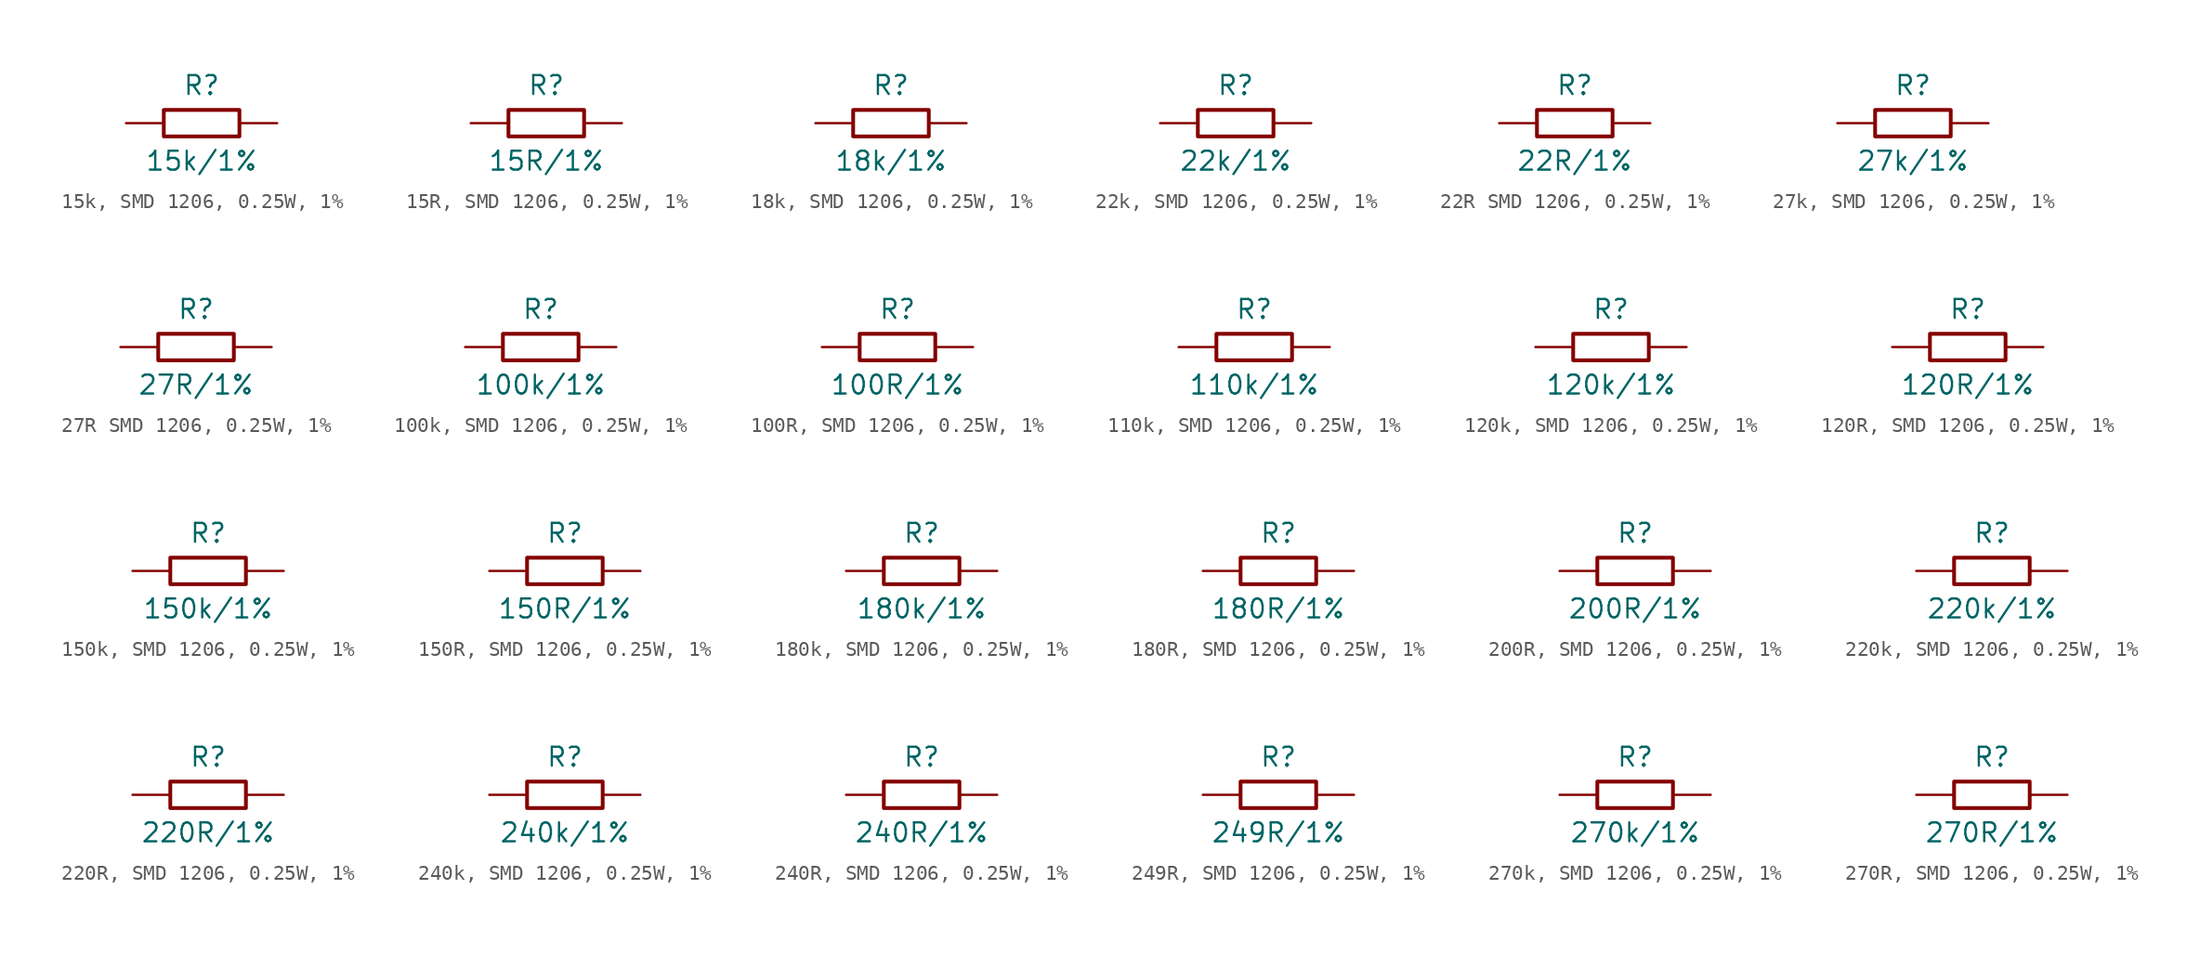
<source format=kicad_sym>
(kicad_symbol_lib
  (version 20220914)
  (generator kicad_symbol_editor)
  (symbol "15k, SMD 1206, 0.25W, 1%"
    (pin_numbers hide)
    (pin_names
      (offset 0) hide)
    (property "Reference" "R"
      (at 0 2.54 0)
      (effects (font (size 1.27 1.27))))
    (property "Value" "15k/1%"
      (at 0 -2.54 0)
      (effects (font (size 1.27 1.27))))
    (symbol "15k, SMD 1206, 0.25W, 1%_0_1"
      (rectangle (start -2.54 0.889) (end 2.54 -0.889) (stroke (width 0.254) (type default)) (fill (type none))))
    (symbol "15k, SMD 1206, 0.25W, 1%_1_1"
      (pin passive line (at -5.08 0 0) (length 2.54) (name "1" (effects (font (size 1.27 1.27)))) (number "1" (effects (font (size 1.27 1.27)))))
      (pin passive line (at 5.08 0 180) (length 2.54) (name "2" (effects (font (size 1.27 1.27)))) (number "2" (effects (font (size 1.27 1.27)))))))
  (symbol "15R, SMD 1206, 0.25W, 1%"
    (pin_numbers hide)
    (pin_names
      (offset 0) hide)
    (property "Reference" "R"
      (at 0 2.54 0)
      (effects (font (size 1.27 1.27))))
    (property "Value" "15R/1%"
      (at 0 -2.54 0)
      (effects (font (size 1.27 1.27))))
    (symbol "15R, SMD 1206, 0.25W, 1%_0_1"
      (rectangle (start -2.54 0.889) (end 2.54 -0.889) (stroke (width 0.254) (type default)) (fill (type none))))
    (symbol "15R, SMD 1206, 0.25W, 1%_1_1"
      (pin passive line (at -5.08 0 0) (length 2.54) (name "1" (effects (font (size 1.27 1.27)))) (number "1" (effects (font (size 1.27 1.27)))))
      (pin passive line (at 5.08 0 180) (length 2.54) (name "2" (effects (font (size 1.27 1.27)))) (number "2" (effects (font (size 1.27 1.27)))))))
  (symbol "18k, SMD 1206, 0.25W, 1%"
    (pin_numbers hide)
    (pin_names
      (offset 0) hide)
    (property "Reference" "R"
      (at 0 2.54 0)
      (effects (font (size 1.27 1.27))))
    (property "Value" "18k/1%"
      (at 0 -2.54 0)
      (effects (font (size 1.27 1.27))))
    (symbol "18k, SMD 1206, 0.25W, 1%_0_1"
      (rectangle (start -2.54 0.889) (end 2.54 -0.889) (stroke (width 0.254) (type default)) (fill (type none))))
    (symbol "18k, SMD 1206, 0.25W, 1%_1_1"
      (pin passive line (at -5.08 0 0) (length 2.54) (name "1" (effects (font (size 1.27 1.27)))) (number "1" (effects (font (size 1.27 1.27)))))
      (pin passive line (at 5.08 0 180) (length 2.54) (name "2" (effects (font (size 1.27 1.27)))) (number "2" (effects (font (size 1.27 1.27)))))))
  (symbol "22k, SMD 1206, 0.25W, 1%"
    (pin_numbers hide)
    (pin_names
      (offset 0) hide)
    (property "Reference" "R"
      (at 0 2.54 0)
      (effects (font (size 1.27 1.27))))
    (property "Value" "22k/1%"
      (at 0 -2.54 0)
      (effects (font (size 1.27 1.27))))
    (symbol "22k, SMD 1206, 0.25W, 1%_0_1"
      (rectangle (start -2.54 0.889) (end 2.54 -0.889) (stroke (width 0.254) (type default)) (fill (type none))))
    (symbol "22k, SMD 1206, 0.25W, 1%_1_1"
      (pin passive line (at -5.08 0 0) (length 2.54) (name "1" (effects (font (size 1.27 1.27)))) (number "1" (effects (font (size 1.27 1.27)))))
      (pin passive line (at 5.08 0 180) (length 2.54) (name "2" (effects (font (size 1.27 1.27)))) (number "2" (effects (font (size 1.27 1.27)))))))
  (symbol "22R SMD 1206, 0.25W, 1%"
    (pin_numbers hide)
    (pin_names
      (offset 0) hide)
    (property "Reference" "R"
      (at 0 2.54 0)
      (effects (font (size 1.27 1.27))))
    (property "Value" "22R/1%"
      (at 0 -2.54 0)
      (effects (font (size 1.27 1.27))))
    (symbol "22R SMD 1206, 0.25W, 1%_0_1"
      (rectangle (start -2.54 0.889) (end 2.54 -0.889) (stroke (width 0.254) (type default)) (fill (type none))))
    (symbol "22R SMD 1206, 0.25W, 1%_1_1"
      (pin passive line (at -5.08 0 0) (length 2.54) (name "1" (effects (font (size 1.27 1.27)))) (number "1" (effects (font (size 1.27 1.27)))))
      (pin passive line (at 5.08 0 180) (length 2.54) (name "2" (effects (font (size 1.27 1.27)))) (number "2" (effects (font (size 1.27 1.27)))))))
  (symbol "27k, SMD 1206, 0.25W, 1%"
    (pin_numbers hide)
    (pin_names
      (offset 0) hide)
    (property "Reference" "R"
      (at 0 2.54 0)
      (effects (font (size 1.27 1.27))))
    (property "Value" "27k/1%"
      (at 0 -2.54 0)
      (effects (font (size 1.27 1.27))))
    (symbol "27k, SMD 1206, 0.25W, 1%_0_1"
      (rectangle (start -2.54 0.889) (end 2.54 -0.889) (stroke (width 0.254) (type default)) (fill (type none))))
    (symbol "27k, SMD 1206, 0.25W, 1%_1_1"
      (pin passive line (at -5.08 0 0) (length 2.54) (name "1" (effects (font (size 1.27 1.27)))) (number "1" (effects (font (size 1.27 1.27)))))
      (pin passive line (at 5.08 0 180) (length 2.54) (name "2" (effects (font (size 1.27 1.27)))) (number "2" (effects (font (size 1.27 1.27)))))))
  (symbol "27R SMD 1206, 0.25W, 1%"
    (pin_numbers hide)
    (pin_names
      (offset 0) hide)
    (property "Reference" "R"
      (at 0 2.54 0)
      (effects (font (size 1.27 1.27))))
    (property "Value" "27R/1%"
      (at 0 -2.54 0)
      (effects (font (size 1.27 1.27))))
    (symbol "27R SMD 1206, 0.25W, 1%_0_1"
      (rectangle (start -2.54 0.889) (end 2.54 -0.889) (stroke (width 0.254) (type default)) (fill (type none))))
    (symbol "27R SMD 1206, 0.25W, 1%_1_1"
      (pin passive line (at -5.08 0 0) (length 2.54) (name "1" (effects (font (size 1.27 1.27)))) (number "1" (effects (font (size 1.27 1.27)))))
      (pin passive line (at 5.08 0 180) (length 2.54) (name "2" (effects (font (size 1.27 1.27)))) (number "2" (effects (font (size 1.27 1.27)))))))
  (symbol "100k, SMD 1206, 0.25W, 1%"
    (pin_numbers hide)
    (pin_names
      (offset 0) hide)
    (property "Reference" "R"
      (at 0 2.54 0)
      (effects (font (size 1.27 1.27))))
    (property "Value" "100k/1%"
      (at 0 -2.54 0)
      (effects (font (size 1.27 1.27))))
    (symbol "100k, SMD 1206, 0.25W, 1%_0_1"
      (rectangle (start -2.54 0.889) (end 2.54 -0.889) (stroke (width 0.254) (type default)) (fill (type none))))
    (symbol "100k, SMD 1206, 0.25W, 1%_1_1"
      (pin passive line (at -5.08 0 0) (length 2.54) (name "1" (effects (font (size 1.27 1.27)))) (number "1" (effects (font (size 1.27 1.27)))))
      (pin passive line (at 5.08 0 180) (length 2.54) (name "2" (effects (font (size 1.27 1.27)))) (number "2" (effects (font (size 1.27 1.27)))))))
  (symbol "100R, SMD 1206, 0.25W, 1%"
    (pin_numbers hide)
    (pin_names
      (offset 0) hide)
    (property "Reference" "R"
      (at 0 2.54 0)
      (effects (font (size 1.27 1.27))))
    (property "Value" "100R/1%"
      (at 0 -2.54 0)
      (effects (font (size 1.27 1.27))))
    (symbol "100R, SMD 1206, 0.25W, 1%_0_1"
      (rectangle (start -2.54 0.889) (end 2.54 -0.889) (stroke (width 0.254) (type default)) (fill (type none))))
    (symbol "100R, SMD 1206, 0.25W, 1%_1_1"
      (pin passive line (at -5.08 0 0) (length 2.54) (name "1" (effects (font (size 1.27 1.27)))) (number "1" (effects (font (size 1.27 1.27)))))
      (pin passive line (at 5.08 0 180) (length 2.54) (name "2" (effects (font (size 1.27 1.27)))) (number "2" (effects (font (size 1.27 1.27)))))))
  (symbol "110k, SMD 1206, 0.25W, 1%"
    (pin_numbers hide)
    (pin_names
      (offset 0) hide)
    (property "Reference" "R"
      (at 0 2.54 0)
      (effects (font (size 1.27 1.27))))
    (property "Value" "110k/1%"
      (at 0 -2.54 0)
      (effects (font (size 1.27 1.27))))
    (symbol "110k, SMD 1206, 0.25W, 1%_0_1"
      (rectangle (start -2.54 0.889) (end 2.54 -0.889) (stroke (width 0.254) (type default)) (fill (type none))))
    (symbol "110k, SMD 1206, 0.25W, 1%_1_1"
      (pin passive line (at -5.08 0 0) (length 2.54) (name "1" (effects (font (size 1.27 1.27)))) (number "1" (effects (font (size 1.27 1.27)))))
      (pin passive line (at 5.08 0 180) (length 2.54) (name "2" (effects (font (size 1.27 1.27)))) (number "2" (effects (font (size 1.27 1.27)))))))
  (symbol "120k, SMD 1206, 0.25W, 1%"
    (pin_numbers hide)
    (pin_names
      (offset 0) hide)
    (property "Reference" "R"
      (at 0 2.54 0)
      (effects (font (size 1.27 1.27))))
    (property "Value" "120k/1%"
      (at 0 -2.54 0)
      (effects (font (size 1.27 1.27))))
    (symbol "120k, SMD 1206, 0.25W, 1%_0_1"
      (rectangle (start -2.54 0.889) (end 2.54 -0.889) (stroke (width 0.254) (type default)) (fill (type none))))
    (symbol "120k, SMD 1206, 0.25W, 1%_1_1"
      (pin passive line (at -5.08 0 0) (length 2.54) (name "1" (effects (font (size 1.27 1.27)))) (number "1" (effects (font (size 1.27 1.27)))))
      (pin passive line (at 5.08 0 180) (length 2.54) (name "2" (effects (font (size 1.27 1.27)))) (number "2" (effects (font (size 1.27 1.27)))))))
  (symbol "120R, SMD 1206, 0.25W, 1%"
    (pin_numbers hide)
    (pin_names
      (offset 0) hide)
    (property "Reference" "R"
      (at 0 2.54 0)
      (effects (font (size 1.27 1.27))))
    (property "Value" "120R/1%"
      (at 0 -2.54 0)
      (effects (font (size 1.27 1.27))))
    (symbol "120R, SMD 1206, 0.25W, 1%_0_1"
      (rectangle (start -2.54 0.889) (end 2.54 -0.889) (stroke (width 0.254) (type default)) (fill (type none))))
    (symbol "120R, SMD 1206, 0.25W, 1%_1_1"
      (pin passive line (at -5.08 0 0) (length 2.54) (name "1" (effects (font (size 1.27 1.27)))) (number "1" (effects (font (size 1.27 1.27)))))
      (pin passive line (at 5.08 0 180) (length 2.54) (name "2" (effects (font (size 1.27 1.27)))) (number "2" (effects (font (size 1.27 1.27)))))))
  (symbol "150k, SMD 1206, 0.25W, 1%"
    (pin_numbers hide)
    (pin_names
      (offset 0) hide)
    (property "Reference" "R"
      (at 0 2.54 0)
      (effects (font (size 1.27 1.27))))
    (property "Value" "150k/1%"
      (at 0 -2.54 0)
      (effects (font (size 1.27 1.27))))
    (symbol "150k, SMD 1206, 0.25W, 1%_0_1"
      (rectangle (start -2.54 0.889) (end 2.54 -0.889) (stroke (width 0.254) (type default)) (fill (type none))))
    (symbol "150k, SMD 1206, 0.25W, 1%_1_1"
      (pin passive line (at -5.08 0 0) (length 2.54) (name "1" (effects (font (size 1.27 1.27)))) (number "1" (effects (font (size 1.27 1.27)))))
      (pin passive line (at 5.08 0 180) (length 2.54) (name "2" (effects (font (size 1.27 1.27)))) (number "2" (effects (font (size 1.27 1.27)))))))
  (symbol "150R, SMD 1206, 0.25W, 1%"
    (pin_numbers hide)
    (pin_names
      (offset 0) hide)
    (property "Reference" "R"
      (at 0 2.54 0)
      (effects (font (size 1.27 1.27))))
    (property "Value" "150R/1%"
      (at 0 -2.54 0)
      (effects (font (size 1.27 1.27))))
    (symbol "150R, SMD 1206, 0.25W, 1%_0_1"
      (rectangle (start -2.54 0.889) (end 2.54 -0.889) (stroke (width 0.254) (type default)) (fill (type none))))
    (symbol "150R, SMD 1206, 0.25W, 1%_1_1"
      (pin passive line (at -5.08 0 0) (length 2.54) (name "1" (effects (font (size 1.27 1.27)))) (number "1" (effects (font (size 1.27 1.27)))))
      (pin passive line (at 5.08 0 180) (length 2.54) (name "2" (effects (font (size 1.27 1.27)))) (number "2" (effects (font (size 1.27 1.27)))))))
  (symbol "180k, SMD 1206, 0.25W, 1%"
    (pin_numbers hide)
    (pin_names
      (offset 0) hide)
    (property "Reference" "R"
      (at 0 2.54 0)
      (effects (font (size 1.27 1.27))))
    (property "Value" "180k/1%"
      (at 0 -2.54 0)
      (effects (font (size 1.27 1.27))))
    (symbol "180k, SMD 1206, 0.25W, 1%_0_1"
      (rectangle (start -2.54 0.889) (end 2.54 -0.889) (stroke (width 0.254) (type default)) (fill (type none))))
    (symbol "180k, SMD 1206, 0.25W, 1%_1_1"
      (pin passive line (at -5.08 0 0) (length 2.54) (name "1" (effects (font (size 1.27 1.27)))) (number "1" (effects (font (size 1.27 1.27)))))
      (pin passive line (at 5.08 0 180) (length 2.54) (name "2" (effects (font (size 1.27 1.27)))) (number "2" (effects (font (size 1.27 1.27)))))))
  (symbol "180R, SMD 1206, 0.25W, 1%"
    (pin_numbers hide)
    (pin_names
      (offset 0) hide)
    (property "Reference" "R"
      (at 0 2.54 0)
      (effects (font (size 1.27 1.27))))
    (property "Value" "180R/1%"
      (at 0 -2.54 0)
      (effects (font (size 1.27 1.27))))
    (symbol "180R, SMD 1206, 0.25W, 1%_0_1"
      (rectangle (start -2.54 0.889) (end 2.54 -0.889) (stroke (width 0.254) (type default)) (fill (type none))))
    (symbol "180R, SMD 1206, 0.25W, 1%_1_1"
      (pin passive line (at -5.08 0 0) (length 2.54) (name "1" (effects (font (size 1.27 1.27)))) (number "1" (effects (font (size 1.27 1.27)))))
      (pin passive line (at 5.08 0 180) (length 2.54) (name "2" (effects (font (size 1.27 1.27)))) (number "2" (effects (font (size 1.27 1.27)))))))
  (symbol "200R, SMD 1206, 0.25W, 1%"
    (pin_numbers hide)
    (pin_names
      (offset 0) hide)
    (property "Reference" "R"
      (at 0 2.54 0)
      (effects (font (size 1.27 1.27))))
    (property "Value" "200R/1%"
      (at 0 -2.54 0)
      (effects (font (size 1.27 1.27))))
    (symbol "200R, SMD 1206, 0.25W, 1%_0_1"
      (rectangle (start -2.54 0.889) (end 2.54 -0.889) (stroke (width 0.254) (type default)) (fill (type none))))
    (symbol "200R, SMD 1206, 0.25W, 1%_1_1"
      (pin passive line (at -5.08 0 0) (length 2.54) (name "1" (effects (font (size 1.27 1.27)))) (number "1" (effects (font (size 1.27 1.27)))))
      (pin passive line (at 5.08 0 180) (length 2.54) (name "2" (effects (font (size 1.27 1.27)))) (number "2" (effects (font (size 1.27 1.27)))))))
  (symbol "220k, SMD 1206, 0.25W, 1%"
    (pin_numbers hide)
    (pin_names
      (offset 0) hide)
    (property "Reference" "R"
      (at 0 2.54 0)
      (effects (font (size 1.27 1.27))))
    (property "Value" "220k/1%"
      (at 0 -2.54 0)
      (effects (font (size 1.27 1.27))))
    (symbol "220k, SMD 1206, 0.25W, 1%_0_1"
      (rectangle (start -2.54 0.889) (end 2.54 -0.889) (stroke (width 0.254) (type default)) (fill (type none))))
    (symbol "220k, SMD 1206, 0.25W, 1%_1_1"
      (pin passive line (at -5.08 0 0) (length 2.54) (name "1" (effects (font (size 1.27 1.27)))) (number "1" (effects (font (size 1.27 1.27)))))
      (pin passive line (at 5.08 0 180) (length 2.54) (name "2" (effects (font (size 1.27 1.27)))) (number "2" (effects (font (size 1.27 1.27)))))))
  (symbol "220R, SMD 1206, 0.25W, 1%"
    (pin_numbers hide)
    (pin_names
      (offset 0) hide)
    (property "Reference" "R"
      (at 0 2.54 0)
      (effects (font (size 1.27 1.27))))
    (property "Value" "220R/1%"
      (at 0 -2.54 0)
      (effects (font (size 1.27 1.27))))
    (symbol "220R, SMD 1206, 0.25W, 1%_0_1"
      (rectangle (start -2.54 0.889) (end 2.54 -0.889) (stroke (width 0.254) (type default)) (fill (type none))))
    (symbol "220R, SMD 1206, 0.25W, 1%_1_1"
      (pin passive line (at -5.08 0 0) (length 2.54) (name "1" (effects (font (size 1.27 1.27)))) (number "1" (effects (font (size 1.27 1.27)))))
      (pin passive line (at 5.08 0 180) (length 2.54) (name "2" (effects (font (size 1.27 1.27)))) (number "2" (effects (font (size 1.27 1.27)))))))
  (symbol "240k, SMD 1206, 0.25W, 1%"
    (pin_numbers hide)
    (pin_names
      (offset 0) hide)
    (property "Reference" "R"
      (at 0 2.54 0)
      (effects (font (size 1.27 1.27))))
    (property "Value" "240k/1%"
      (at 0 -2.54 0)
      (effects (font (size 1.27 1.27))))
    (symbol "240k, SMD 1206, 0.25W, 1%_0_1"
      (rectangle (start -2.54 0.889) (end 2.54 -0.889) (stroke (width 0.254) (type default)) (fill (type none))))
    (symbol "240k, SMD 1206, 0.25W, 1%_1_1"
      (pin passive line (at -5.08 0 0) (length 2.54) (name "1" (effects (font (size 1.27 1.27)))) (number "1" (effects (font (size 1.27 1.27)))))
      (pin passive line (at 5.08 0 180) (length 2.54) (name "2" (effects (font (size 1.27 1.27)))) (number "2" (effects (font (size 1.27 1.27)))))))
  (symbol "240R, SMD 1206, 0.25W, 1%"
    (pin_numbers hide)
    (pin_names
      (offset 0) hide)
    (property "Reference" "R"
      (at 0 2.54 0)
      (effects (font (size 1.27 1.27))))
    (property "Value" "240R/1%"
      (at 0 -2.54 0)
      (effects (font (size 1.27 1.27))))
    (symbol "240R, SMD 1206, 0.25W, 1%_0_1"
      (rectangle (start -2.54 0.889) (end 2.54 -0.889) (stroke (width 0.254) (type default)) (fill (type none))))
    (symbol "240R, SMD 1206, 0.25W, 1%_1_1"
      (pin passive line (at -5.08 0 0) (length 2.54) (name "1" (effects (font (size 1.27 1.27)))) (number "1" (effects (font (size 1.27 1.27)))))
      (pin passive line (at 5.08 0 180) (length 2.54) (name "2" (effects (font (size 1.27 1.27)))) (number "2" (effects (font (size 1.27 1.27)))))))
  (symbol "249R, SMD 1206, 0.25W, 1%"
    (pin_numbers hide)
    (pin_names
      (offset 0) hide)
    (property "Reference" "R"
      (at 0 2.54 0)
      (effects (font (size 1.27 1.27))))
    (property "Value" "249R/1%"
      (at 0 -2.54 0)
      (effects (font (size 1.27 1.27))))
    (symbol "249R, SMD 1206, 0.25W, 1%_0_1"
      (rectangle (start -2.54 0.889) (end 2.54 -0.889) (stroke (width 0.254) (type default)) (fill (type none))))
    (symbol "249R, SMD 1206, 0.25W, 1%_1_1"
      (pin passive line (at -5.08 0 0) (length 2.54) (name "1" (effects (font (size 1.27 1.27)))) (number "1" (effects (font (size 1.27 1.27)))))
      (pin passive line (at 5.08 0 180) (length 2.54) (name "2" (effects (font (size 1.27 1.27)))) (number "2" (effects (font (size 1.27 1.27)))))))
  (symbol "270k, SMD 1206, 0.25W, 1%"
    (pin_numbers hide)
    (pin_names
      (offset 0) hide)
    (property "Reference" "R"
      (at 0 2.54 0)
      (effects (font (size 1.27 1.27))))
    (property "Value" "270k/1%"
      (at 0 -2.54 0)
      (effects (font (size 1.27 1.27))))
    (symbol "270k, SMD 1206, 0.25W, 1%_0_1"
      (rectangle (start -2.54 0.889) (end 2.54 -0.889) (stroke (width 0.254) (type default)) (fill (type none))))
    (symbol "270k, SMD 1206, 0.25W, 1%_1_1"
      (pin passive line (at -5.08 0 0) (length 2.54) (name "1" (effects (font (size 1.27 1.27)))) (number "1" (effects (font (size 1.27 1.27)))))
      (pin passive line (at 5.08 0 180) (length 2.54) (name "2" (effects (font (size 1.27 1.27)))) (number "2" (effects (font (size 1.27 1.27)))))))
  (symbol "270R, SMD 1206, 0.25W, 1%"
    (pin_numbers hide)
    (pin_names
      (offset 0) hide)
    (property "Reference" "R"
      (at 0 2.54 0)
      (effects (font (size 1.27 1.27))))
    (property "Value" "270R/1%"
      (at 0 -2.54 0)
      (effects (font (size 1.27 1.27))))
    (symbol "270R, SMD 1206, 0.25W, 1%_0_1"
      (rectangle (start -2.54 0.889) (end 2.54 -0.889) (stroke (width 0.254) (type default)) (fill (type none))))
    (symbol "270R, SMD 1206, 0.25W, 1%_1_1"
      (pin passive line (at -5.08 0 0) (length 2.54) (name "1" (effects (font (size 1.27 1.27)))) (number "1" (effects (font (size 1.27 1.27)))))
      (pin passive line (at 5.08 0 180) (length 2.54) (name "2" (effects (font (size 1.27 1.27)))) (number "2" (effects (font (size 1.27 1.27))))))))
</source>
